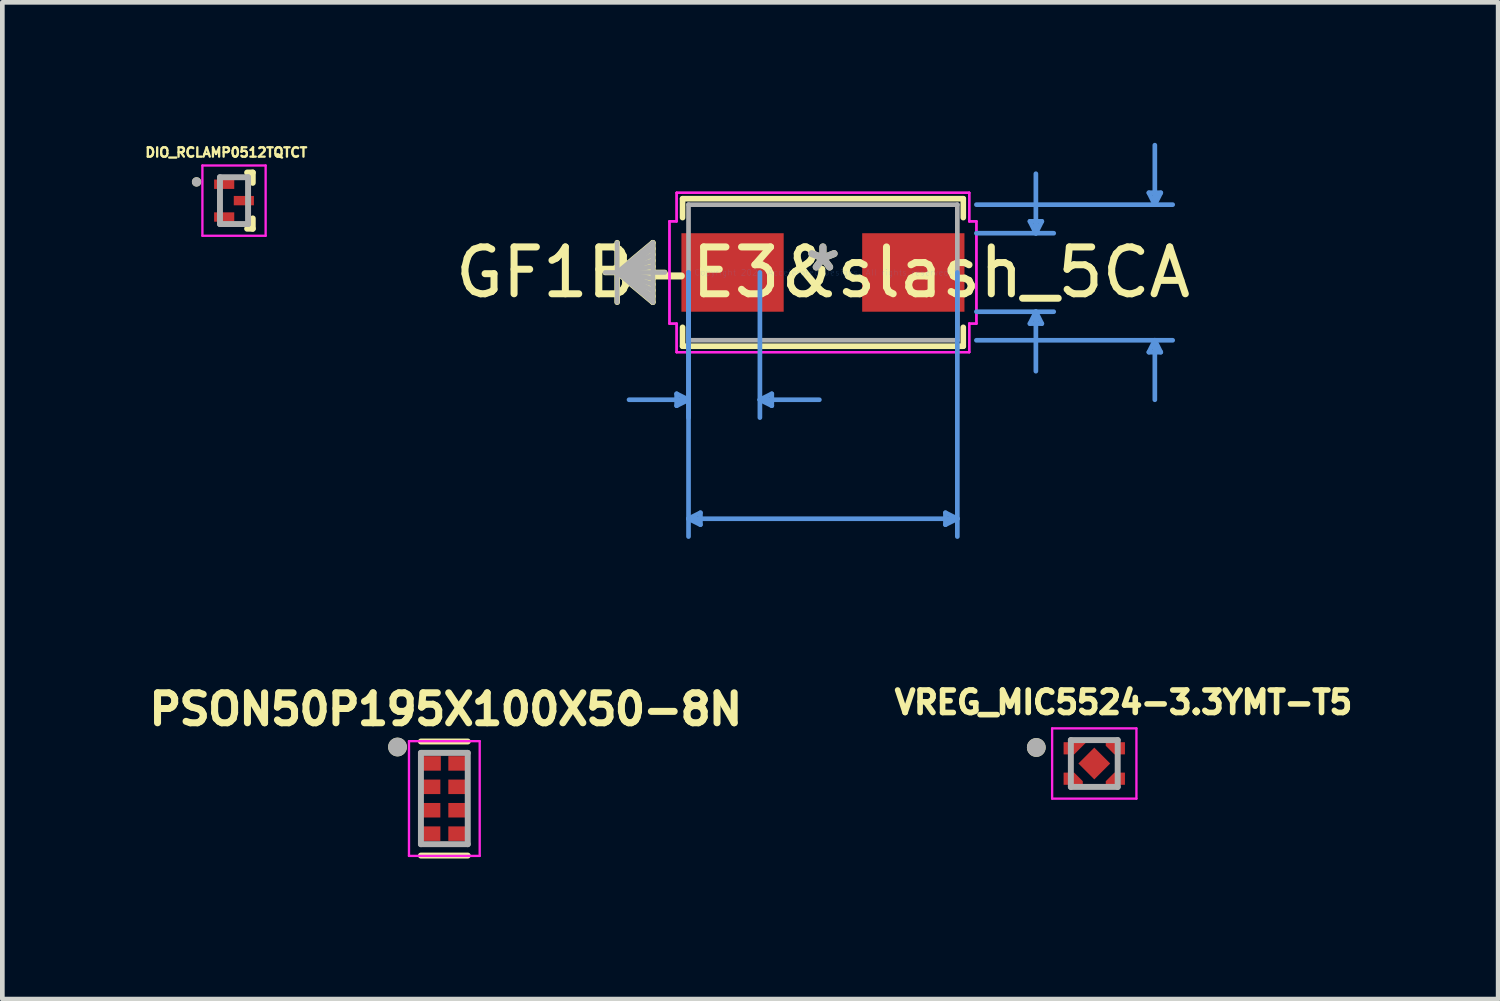
<source format=kicad_pcb>
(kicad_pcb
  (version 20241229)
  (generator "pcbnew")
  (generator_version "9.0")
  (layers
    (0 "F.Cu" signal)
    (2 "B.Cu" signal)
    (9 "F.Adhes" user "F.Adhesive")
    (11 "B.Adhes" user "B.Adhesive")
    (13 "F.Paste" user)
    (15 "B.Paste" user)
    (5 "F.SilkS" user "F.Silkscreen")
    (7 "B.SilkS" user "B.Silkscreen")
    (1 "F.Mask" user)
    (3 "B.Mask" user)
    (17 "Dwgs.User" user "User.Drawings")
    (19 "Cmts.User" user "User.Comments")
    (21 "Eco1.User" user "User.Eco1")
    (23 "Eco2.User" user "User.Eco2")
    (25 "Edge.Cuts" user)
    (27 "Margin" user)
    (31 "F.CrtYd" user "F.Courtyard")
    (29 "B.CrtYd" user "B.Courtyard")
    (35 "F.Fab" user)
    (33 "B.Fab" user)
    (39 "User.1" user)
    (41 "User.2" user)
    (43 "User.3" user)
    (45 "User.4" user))
  (footprint "DIO_RCLAMP0512TQTCT"
    (layer "F.Cu")
    (at 1.947 1.234)
    (property "Reference" "DIO_RCLAMP0512TQTCT" (at -0.165 -1.029 0) (layer "F.SilkS") (effects (font (size 0.2 0.2) (thickness 0.15))))
    (attr smd)
    (fp_line (start 0.4 -0.6) (end 0.28 -0.6) (stroke (width 0.127) (type solid)) (layer "F.SilkS"))
    (fp_line (start 0.4 -0.38) (end 0.4 -0.6) (stroke (width 0.127) (type solid)) (layer "F.SilkS"))
    (fp_line (start 0.4 0.38) (end 0.4 0.6) (stroke (width 0.127) (type solid)) (layer "F.SilkS"))
    (fp_line (start 0.4 0.6) (end 0.28 0.6) (stroke (width 0.127) (type solid)) (layer "F.SilkS"))
    (fp_circle (center -0.8 -0.4) (end -0.75 -0.4) (stroke (width 0.1) (type solid)) (fill no) (layer "F.SilkS"))
    (fp_poly (pts (xy -0.321 -0.59) (xy -0.1 -0.59) (xy -0.1 -0.11) (xy -0.321 -0.11)) (stroke (width 0.01) (type solid)) (fill yes) (layer "F.Paste"))
    (fp_poly (pts (xy -0.32 0.11) (xy -0.1 0.11) (xy -0.1 0.59) (xy -0.32 0.59)) (stroke (width 0.01) (type solid)) (fill yes) (layer "F.Paste"))
    (fp_poly (pts (xy 0.1 -0.24) (xy 0.32 -0.24) (xy 0.32 0.24) (xy 0.1 0.24)) (stroke (width 0.01) (type solid)) (fill yes) (layer "F.Paste"))
    (fp_line (start -0.675 -0.75) (end 0.675 -0.75) (stroke (width 0.05) (type solid)) (layer "F.CrtYd"))
    (fp_line (start -0.675 0.75) (end -0.675 -0.75) (stroke (width 0.05) (type solid)) (layer "F.CrtYd"))
    (fp_line (start 0.675 -0.75) (end 0.675 0.75) (stroke (width 0.05) (type solid)) (layer "F.CrtYd"))
    (fp_line (start 0.675 0.75) (end -0.675 0.75) (stroke (width 0.05) (type solid)) (layer "F.CrtYd"))
    (fp_line (start -0.3 -0.5) (end 0.3 -0.5) (stroke (width 0.127) (type solid)) (layer "F.Fab"))
    (fp_line (start -0.3 0.5) (end -0.3 -0.5) (stroke (width 0.127) (type solid)) (layer "F.Fab"))
    (fp_line (start 0.3 -0.5) (end 0.3 0.5) (stroke (width 0.127) (type solid)) (layer "F.Fab"))
    (fp_line (start 0.3 0.5) (end -0.3 0.5) (stroke (width 0.127) (type solid)) (layer "F.Fab"))
    (fp_circle (center -0.8 -0.4) (end -0.75 -0.4) (stroke (width 0.1) (type solid)) (fill no) (layer "F.Fab"))
    (pad "1" smd rect (at -0.21 -0.35) (size 0.43 0.2) (layers "F.Cu" "F.Mask"))
    (pad "2" smd rect (at -0.21 0.35) (size 0.43 0.2) (layers "F.Cu" "F.Mask"))
    (pad "3" smd rect (at 0.21 0) (size 0.43 0.2) (layers "F.Cu" "F.Mask")))
  (footprint "VREG_MIC5524-3.3YMT-T5"
    (layer "F.Cu")
    (at 20.316 13.253)
    (property "Reference" "VREG_MIC5524-3.3YMT-T5" (at 0.624 -1.305 0) (layer "F.SilkS") (effects (font (size 0.48 0.48) (thickness 0.15))))
    (attr smd)
    (fp_poly (pts (xy -0.389 -0.1) (xy -0.75 -0.1) (xy -0.75 -0.55) (xy 0.061 -0.55)) (stroke (width 0.01) (type solid)) (fill yes) (layer "F.Mask"))
    (fp_poly (pts (xy -0.75 0.1) (xy -0.75 0.55) (xy -0.15 0.55) (xy -0.15 0.339) (xy -0.389 0.1)) (stroke (width 0.01) (type solid)) (fill yes) (layer "F.Mask"))
    (fp_poly (pts (xy 0.15 -0.55) (xy 0.15 -0.339) (xy 0.389 -0.1) (xy 0.75 -0.1) (xy 0.75 -0.55)) (stroke (width 0.01) (type solid)) (fill yes) (layer "F.Mask"))
    (fp_poly (pts (xy 0.75 0.55) (xy 0.15 0.55) (xy 0.15 0.339) (xy 0.389 0.1) (xy 0.75 0.1)) (stroke (width 0.01) (type solid)) (fill yes) (layer "F.Mask"))
    (fp_circle (center -1.238 -0.342) (end -1.138 -0.342) (stroke (width 0.2) (type solid)) (fill no) (layer "F.SilkS"))
    (fp_poly (pts (xy -0.65 -0.45) (xy -0.65 -0.2) (xy -0.43 -0.2) (xy -0.18 -0.45)) (stroke (width 0.01) (type solid)) (fill yes) (layer "F.Paste"))
    (fp_poly (pts (xy -0.25 0.45) (xy -0.65 0.45) (xy -0.65 0.2) (xy -0.43 0.2) (xy -0.25 0.38)) (stroke (width 0.01) (type solid)) (fill yes) (layer "F.Paste"))
    (fp_poly (pts (xy 0.43 -0.2) (xy 0.25 -0.38) (xy 0.25 -0.45) (xy 0.65 -0.45) (xy 0.65 -0.2)) (stroke (width 0.01) (type solid)) (fill yes) (layer "F.Paste"))
    (fp_poly (pts (xy 0.65 0.45) (xy 0.25 0.45) (xy 0.25 0.38) (xy 0.43 0.2) (xy 0.65 0.2)) (stroke (width 0.01) (type solid)) (fill yes) (layer "F.Paste"))
    (fp_line (start -0.9 -0.75) (end -0.9 0.75) (stroke (width 0.05) (type solid)) (layer "F.CrtYd"))
    (fp_line (start -0.9 0.75) (end 0.9 0.75) (stroke (width 0.05) (type solid)) (layer "F.CrtYd"))
    (fp_line (start 0.9 -0.75) (end -0.9 -0.75) (stroke (width 0.05) (type solid)) (layer "F.CrtYd"))
    (fp_line (start 0.9 0.75) (end 0.9 -0.75) (stroke (width 0.05) (type solid)) (layer "F.CrtYd"))
    (fp_line (start -0.5 -0.5) (end -0.5 0.5) (stroke (width 0.127) (type solid)) (layer "F.Fab"))
    (fp_line (start -0.5 0.5) (end 0.5 0.5) (stroke (width 0.127) (type solid)) (layer "F.Fab"))
    (fp_line (start 0.5 -0.5) (end -0.5 -0.5) (stroke (width 0.127) (type solid)) (layer "F.Fab"))
    (fp_line (start 0.5 0.5) (end 0.5 -0.5) (stroke (width 0.127) (type solid)) (layer "F.Fab"))
    (fp_circle (center -1.238 -0.342) (end -1.138 -0.342) (stroke (width 0.2) (type solid)) (fill no) (layer "F.Fab"))
    (pad "1" smd custom (at -0.45 -0.325) (size 0.1 0.1) (layers "F.Cu") (options (anchor rect)) (primitives (gr_poly (pts (xy -0.2 -0.125) (xy -0.2 0.125) (xy 0.02 0.125) (xy 0.27 -0.125)) (width 0.01) (fill yes))))
    (pad "2" smd custom (at -0.45 0.325) (size 0.1 0.1) (layers "F.Cu") (options (anchor rect)) (primitives (gr_poly (pts (xy 0.2 0.125) (xy -0.2 0.125) (xy -0.2 -0.125) (xy 0.02 -0.125) (xy 0.2 0.055)) (width 0.01) (fill yes))))
    (pad "3" smd custom (at 0.45 0.325) (size 0.1 0.1) (layers "F.Cu") (options (anchor rect)) (primitives (gr_poly (pts (xy 0.2 0.125) (xy -0.2 0.125) (xy -0.2 0.055) (xy -0.02 -0.125) (xy 0.2 -0.125)) (width 0.01) (fill yes))))
    (pad "4" smd custom (at 0.45 -0.325) (size 0.1 0.1) (layers "F.Cu") (options (anchor rect)) (primitives (gr_poly (pts (xy -0.02 0.125) (xy -0.2 -0.055) (xy -0.2 -0.125) (xy 0.2 -0.125) (xy 0.2 0.125)) (width 0.01) (fill yes))))
    (pad "EP" smd rect (at 0 0 45) (size 0.48 0.48) (layers "F.Cu" "F.Mask" "F.Paste")))
  (footprint "PSON50P195X100X50-8N"
    (layer "F.Cu")
    (at 6.438 14.001)
    (property "Reference" "PSON50P195X100X50-8N" (at 0.032 -1.906 0) (layer "F.SilkS") (effects (font (size 0.64 0.64) (thickness 0.15))))
    (attr smd)
    (fp_line (start -0.5 -1.218) (end 0.5 -1.218) (stroke (width 0.127) (type solid)) (layer "F.SilkS"))
    (fp_line (start 0.5 1.218) (end -0.5 1.218) (stroke (width 0.127) (type solid)) (layer "F.SilkS"))
    (fp_circle (center -1 -1.1) (end -0.9 -1.1) (stroke (width 0.2) (type solid)) (fill no) (layer "F.SilkS"))
    (fp_line (start -0.755 -1.225) (end 0.755 -1.225) (stroke (width 0.05) (type solid)) (layer "F.CrtYd"))
    (fp_line (start -0.755 1.225) (end -0.755 -1.225) (stroke (width 0.05) (type solid)) (layer "F.CrtYd"))
    (fp_line (start 0.755 -1.225) (end 0.755 1.225) (stroke (width 0.05) (type solid)) (layer "F.CrtYd"))
    (fp_line (start 0.755 1.225) (end -0.755 1.225) (stroke (width 0.05) (type solid)) (layer "F.CrtYd"))
    (fp_line (start -0.5 -0.975) (end 0.5 -0.975) (stroke (width 0.127) (type solid)) (layer "F.Fab"))
    (fp_line (start -0.5 0.975) (end -0.5 -0.975) (stroke (width 0.127) (type solid)) (layer "F.Fab"))
    (fp_line (start 0.5 -0.975) (end 0.5 0.975) (stroke (width 0.127) (type solid)) (layer "F.Fab"))
    (fp_line (start 0.5 0.975) (end -0.5 0.975) (stroke (width 0.127) (type solid)) (layer "F.Fab"))
    (fp_circle (center -1 -1.1) (end -0.9 -1.1) (stroke (width 0.2) (type solid)) (fill no) (layer "F.Fab"))
    (pad "1" smd rect (at -0.29 -0.75) (size 0.43 0.31) (layers "F.Cu" "F.Mask" "F.Paste"))
    (pad "2" smd rect (at -0.295 -0.25) (size 0.42 0.31) (layers "F.Cu" "F.Mask" "F.Paste"))
    (pad "3" smd rect (at -0.295 0.25) (size 0.42 0.31) (layers "F.Cu" "F.Mask" "F.Paste"))
    (pad "4" smd rect (at -0.295 0.75) (size 0.42 0.31) (layers "F.Cu" "F.Mask" "F.Paste"))
    (pad "5" smd rect (at 0.295 0.75 180) (size 0.42 0.31) (layers "F.Cu" "F.Mask" "F.Paste"))
    (pad "6" smd rect (at 0.295 0.25 180) (size 0.42 0.31) (layers "F.Cu" "F.Mask" "F.Paste"))
    (pad "7" smd rect (at 0.295 -0.25 180) (size 0.42 0.31) (layers "F.Cu" "F.Mask" "F.Paste"))
    (pad "8" smd rect (at 0.295 -0.75 180) (size 0.42 0.31) (layers "F.Cu" "F.Mask" "F.Paste")))
  (footprint "GF1B-E3&slash_5CA"
    (layer "F.Cu")
    (at 14.522 2.768)
    (property "Reference" "GF1B-E3&slash_5CA" (at 0 0 0) (layer "F.SilkS") (effects (font (size 1 1) (thickness 0.15))))
    (attr through_hole)
    (fp_line (start -4.394 -0.635) (end -4.394 0.635) (stroke (width 0.12) (type solid)) (layer "F.SilkS"))
    (fp_line (start -4.394 0) (end -3.632 -0.635) (stroke (width 0.12) (type solid)) (layer "F.SilkS"))
    (fp_line (start -4.394 0) (end -3.632 -0.508) (stroke (width 0.12) (type solid)) (layer "F.SilkS"))
    (fp_line (start -4.394 0) (end -3.632 -0.381) (stroke (width 0.12) (type solid)) (layer "F.SilkS"))
    (fp_line (start -4.394 0) (end -3.632 -0.254) (stroke (width 0.12) (type solid)) (layer "F.SilkS"))
    (fp_line (start -4.394 0) (end -3.632 -0.127) (stroke (width 0.12) (type solid)) (layer "F.SilkS"))
    (fp_line (start -4.394 0) (end -3.632 0.127) (stroke (width 0.12) (type solid)) (layer "F.SilkS"))
    (fp_line (start -4.394 0) (end -3.632 0.254) (stroke (width 0.12) (type solid)) (layer "F.SilkS"))
    (fp_line (start -4.394 0) (end -3.632 0.381) (stroke (width 0.12) (type solid)) (layer "F.SilkS"))
    (fp_line (start -4.394 0) (end -3.632 0.508) (stroke (width 0.12) (type solid)) (layer "F.SilkS"))
    (fp_line (start -4.394 0) (end -3.632 0.635) (stroke (width 0.12) (type solid)) (layer "F.SilkS"))
    (fp_line (start -3.632 -0.635) (end -3.632 0.635) (stroke (width 0.12) (type solid)) (layer "F.SilkS"))
    (fp_line (start -3.378 0) (end -4.648 0) (stroke (width 0.12) (type solid)) (layer "F.SilkS"))
    (fp_line (start -2.997 -1.575) (end -2.997 -1.171) (stroke (width 0.12) (type solid)) (layer "F.SilkS"))
    (fp_line (start -2.997 1.171) (end -2.997 1.575) (stroke (width 0.12) (type solid)) (layer "F.SilkS"))
    (fp_line (start -2.997 1.575) (end 2.997 1.575) (stroke (width 0.12) (type solid)) (layer "F.SilkS"))
    (fp_line (start 2.997 -1.575) (end -2.997 -1.575) (stroke (width 0.12) (type solid)) (layer "F.SilkS"))
    (fp_line (start 2.997 -1.171) (end 2.997 -1.575) (stroke (width 0.12) (type solid)) (layer "F.SilkS"))
    (fp_line (start 2.997 1.575) (end 2.997 1.171) (stroke (width 0.12) (type solid)) (layer "F.SilkS"))
    (fp_line (start -3.124 2.591) (end -3.124 2.845) (stroke (width 0.1) (type solid)) (layer "Cmts.User"))
    (fp_line (start -2.87 0) (end -2.87 3.099) (stroke (width 0.1) (type solid)) (layer "Cmts.User"))
    (fp_line (start -2.87 0) (end -2.87 5.639) (stroke (width 0.1) (type solid)) (layer "Cmts.User"))
    (fp_line (start -2.87 2.718) (end -4.14 2.718) (stroke (width 0.1) (type solid)) (layer "Cmts.User"))
    (fp_line (start -2.87 2.718) (end -3.124 2.591) (stroke (width 0.1) (type solid)) (layer "Cmts.User"))
    (fp_line (start -2.87 2.718) (end -3.124 2.845) (stroke (width 0.1) (type solid)) (layer "Cmts.User"))
    (fp_line (start -2.87 5.258) (end -2.616 5.131) (stroke (width 0.1) (type solid)) (layer "Cmts.User"))
    (fp_line (start -2.87 5.258) (end -2.616 5.385) (stroke (width 0.1) (type solid)) (layer "Cmts.User"))
    (fp_line (start -2.87 5.258) (end 2.87 5.258) (stroke (width 0.1) (type solid)) (layer "Cmts.User"))
    (fp_line (start -2.616 5.131) (end -2.616 5.385) (stroke (width 0.1) (type solid)) (layer "Cmts.User"))
    (fp_line (start -1.346 0) (end -1.346 3.099) (stroke (width 0.1) (type solid)) (layer "Cmts.User"))
    (fp_line (start -1.346 2.718) (end -1.092 2.591) (stroke (width 0.1) (type solid)) (layer "Cmts.User"))
    (fp_line (start -1.346 2.718) (end -1.092 2.845) (stroke (width 0.1) (type solid)) (layer "Cmts.User"))
    (fp_line (start -1.346 2.718) (end -0.076 2.718) (stroke (width 0.1) (type solid)) (layer "Cmts.User"))
    (fp_line (start -1.092 2.591) (end -1.092 2.845) (stroke (width 0.1) (type solid)) (layer "Cmts.User"))
    (fp_line (start 2.616 5.131) (end 2.616 5.385) (stroke (width 0.1) (type solid)) (layer "Cmts.User"))
    (fp_line (start 2.87 0) (end 2.87 5.639) (stroke (width 0.1) (type solid)) (layer "Cmts.User"))
    (fp_line (start 2.87 5.258) (end 2.616 5.131) (stroke (width 0.1) (type solid)) (layer "Cmts.User"))
    (fp_line (start 2.87 5.258) (end 2.616 5.385) (stroke (width 0.1) (type solid)) (layer "Cmts.User"))
    (fp_line (start 3.277 -1.448) (end 7.468 -1.448) (stroke (width 0.1) (type solid)) (layer "Cmts.User"))
    (fp_line (start 3.277 -0.838) (end 4.928 -0.838) (stroke (width 0.1) (type solid)) (layer "Cmts.User"))
    (fp_line (start 3.277 0.838) (end 4.928 0.838) (stroke (width 0.1) (type solid)) (layer "Cmts.User"))
    (fp_line (start 3.277 1.448) (end 7.468 1.448) (stroke (width 0.1) (type solid)) (layer "Cmts.User"))
    (fp_line (start 4.42 -1.092) (end 4.674 -1.092) (stroke (width 0.1) (type solid)) (layer "Cmts.User"))
    (fp_line (start 4.42 1.092) (end 4.674 1.092) (stroke (width 0.1) (type solid)) (layer "Cmts.User"))
    (fp_line (start 4.547 -0.838) (end 4.42 -1.092) (stroke (width 0.1) (type solid)) (layer "Cmts.User"))
    (fp_line (start 4.547 -0.838) (end 4.547 -2.108) (stroke (width 0.1) (type solid)) (layer "Cmts.User"))
    (fp_line (start 4.547 -0.838) (end 4.674 -1.092) (stroke (width 0.1) (type solid)) (layer "Cmts.User"))
    (fp_line (start 4.547 0.838) (end 4.42 1.092) (stroke (width 0.1) (type solid)) (layer "Cmts.User"))
    (fp_line (start 4.547 0.838) (end 4.547 2.108) (stroke (width 0.1) (type solid)) (layer "Cmts.User"))
    (fp_line (start 4.547 0.838) (end 4.674 1.092) (stroke (width 0.1) (type solid)) (layer "Cmts.User"))
    (fp_line (start 6.96 -1.702) (end 7.214 -1.702) (stroke (width 0.1) (type solid)) (layer "Cmts.User"))
    (fp_line (start 6.96 1.702) (end 7.214 1.702) (stroke (width 0.1) (type solid)) (layer "Cmts.User"))
    (fp_line (start 7.087 -1.448) (end 6.96 -1.702) (stroke (width 0.1) (type solid)) (layer "Cmts.User"))
    (fp_line (start 7.087 -1.448) (end 7.087 -2.718) (stroke (width 0.1) (type solid)) (layer "Cmts.User"))
    (fp_line (start 7.087 -1.448) (end 7.214 -1.702) (stroke (width 0.1) (type solid)) (layer "Cmts.User"))
    (fp_line (start 7.087 1.448) (end 6.96 1.702) (stroke (width 0.1) (type solid)) (layer "Cmts.User"))
    (fp_line (start 7.087 1.448) (end 7.087 2.718) (stroke (width 0.1) (type solid)) (layer "Cmts.User"))
    (fp_line (start 7.087 1.448) (end 7.214 1.702) (stroke (width 0.1) (type solid)) (layer "Cmts.User"))
    (fp_line (start -3.277 -1.092) (end -3.124 -1.092) (stroke (width 0.05) (type solid)) (layer "F.CrtYd"))
    (fp_line (start -3.277 -1.092) (end -3.124 -1.092) (stroke (width 0.05) (type solid)) (layer "F.CrtYd"))
    (fp_line (start -3.277 1.092) (end -3.277 -1.092) (stroke (width 0.05) (type solid)) (layer "F.CrtYd"))
    (fp_line (start -3.277 1.092) (end -3.277 -1.092) (stroke (width 0.05) (type solid)) (layer "F.CrtYd"))
    (fp_line (start -3.124 -1.702) (end 3.124 -1.702) (stroke (width 0.05) (type solid)) (layer "F.CrtYd"))
    (fp_line (start -3.124 -1.702) (end 3.124 -1.702) (stroke (width 0.05) (type solid)) (layer "F.CrtYd"))
    (fp_line (start -3.124 -1.092) (end -3.124 -1.702) (stroke (width 0.05) (type solid)) (layer "F.CrtYd"))
    (fp_line (start -3.124 -1.092) (end -3.124 -1.702) (stroke (width 0.05) (type solid)) (layer "F.CrtYd"))
    (fp_line (start -3.124 1.092) (end -3.277 1.092) (stroke (width 0.05) (type solid)) (layer "F.CrtYd"))
    (fp_line (start -3.124 1.092) (end -3.277 1.092) (stroke (width 0.05) (type solid)) (layer "F.CrtYd"))
    (fp_line (start -3.124 1.702) (end -3.124 1.092) (stroke (width 0.05) (type solid)) (layer "F.CrtYd"))
    (fp_line (start -3.124 1.702) (end -3.124 1.092) (stroke (width 0.05) (type solid)) (layer "F.CrtYd"))
    (fp_line (start 3.124 -1.702) (end 3.124 -1.092) (stroke (width 0.05) (type solid)) (layer "F.CrtYd"))
    (fp_line (start 3.124 -1.702) (end 3.124 -1.092) (stroke (width 0.05) (type solid)) (layer "F.CrtYd"))
    (fp_line (start 3.124 -1.092) (end 3.277 -1.092) (stroke (width 0.05) (type solid)) (layer "F.CrtYd"))
    (fp_line (start 3.124 -1.092) (end 3.277 -1.092) (stroke (width 0.05) (type solid)) (layer "F.CrtYd"))
    (fp_line (start 3.124 1.092) (end 3.124 1.702) (stroke (width 0.05) (type solid)) (layer "F.CrtYd"))
    (fp_line (start 3.124 1.092) (end 3.124 1.702) (stroke (width 0.05) (type solid)) (layer "F.CrtYd"))
    (fp_line (start 3.124 1.702) (end -3.124 1.702) (stroke (width 0.05) (type solid)) (layer "F.CrtYd"))
    (fp_line (start 3.124 1.702) (end -3.124 1.702) (stroke (width 0.05) (type solid)) (layer "F.CrtYd"))
    (fp_line (start 3.277 -1.092) (end 3.277 1.092) (stroke (width 0.05) (type solid)) (layer "F.CrtYd"))
    (fp_line (start 3.277 -1.092) (end 3.277 1.092) (stroke (width 0.05) (type solid)) (layer "F.CrtYd"))
    (fp_line (start 3.277 1.092) (end 3.124 1.092) (stroke (width 0.05) (type solid)) (layer "F.CrtYd"))
    (fp_line (start 3.277 1.092) (end 3.124 1.092) (stroke (width 0.05) (type solid)) (layer "F.CrtYd"))
    (fp_line (start -4.394 -0.635) (end -4.394 0.635) (stroke (width 0.1) (type solid)) (layer "F.Fab"))
    (fp_line (start -4.394 0) (end -3.632 -0.635) (stroke (width 0.1) (type solid)) (layer "F.Fab"))
    (fp_line (start -4.394 0) (end -3.632 -0.508) (stroke (width 0.1) (type solid)) (layer "F.Fab"))
    (fp_line (start -4.394 0) (end -3.632 -0.381) (stroke (width 0.1) (type solid)) (layer "F.Fab"))
    (fp_line (start -4.394 0) (end -3.632 -0.254) (stroke (width 0.1) (type solid)) (layer "F.Fab"))
    (fp_line (start -4.394 0) (end -3.632 -0.127) (stroke (width 0.1) (type solid)) (layer "F.Fab"))
    (fp_line (start -4.394 0) (end -3.632 0.127) (stroke (width 0.1) (type solid)) (layer "F.Fab"))
    (fp_line (start -4.394 0) (end -3.632 0.254) (stroke (width 0.1) (type solid)) (layer "F.Fab"))
    (fp_line (start -4.394 0) (end -3.632 0.381) (stroke (width 0.1) (type solid)) (layer "F.Fab"))
    (fp_line (start -4.394 0) (end -3.632 0.508) (stroke (width 0.1) (type solid)) (layer "F.Fab"))
    (fp_line (start -4.394 0) (end -3.632 0.635) (stroke (width 0.1) (type solid)) (layer "F.Fab"))
    (fp_line (start -3.632 -0.635) (end -3.632 0.635) (stroke (width 0.1) (type solid)) (layer "F.Fab"))
    (fp_line (start -3.378 0) (end -4.648 0) (stroke (width 0.1) (type solid)) (layer "F.Fab"))
    (fp_line (start -2.87 -1.448) (end -2.87 1.448) (stroke (width 0.1) (type solid)) (layer "F.Fab"))
    (fp_line (start -2.87 1.448) (end 2.87 1.448) (stroke (width 0.1) (type solid)) (layer "F.Fab"))
    (fp_line (start 2.87 -1.448) (end -2.87 -1.448) (stroke (width 0.1) (type solid)) (layer "F.Fab"))
    (fp_line (start 2.87 1.448) (end 2.87 -1.448) (stroke (width 0.1) (type solid)) (layer "F.Fab"))
    (fp_text user "*" (at 0 0 0) (layer "F.SilkS") (effects (font (size 1 1) (thickness 0.15))))
    (fp_text user "Copyright 2021 Accelerated Designs. All rights reserved." (at 0 0 0) (layer "Cmts.User") (effects (font (size 0.127 0.127) (thickness 0.002))))
    (fp_text user "*" (at 0 0 0) (layer "F.Fab") (effects (font (size 1 1) (thickness 0.15))))
    (pad "1" smd rect (at -1.93 0 90) (size 1.676 2.184) (layers "F.Cu" "F.Mask" "F.Paste"))
    (pad "2" smd rect (at 1.93 0 90) (size 1.676 2.184) (layers "F.Cu" "F.Mask" "F.Paste")))
  (gr_rect
    (start -3 -3)
    (end 28.94 18.283)
    (stroke (width 0.1) (type default))
    (fill no)
    (layer "Edge.Cuts")))
</source>
